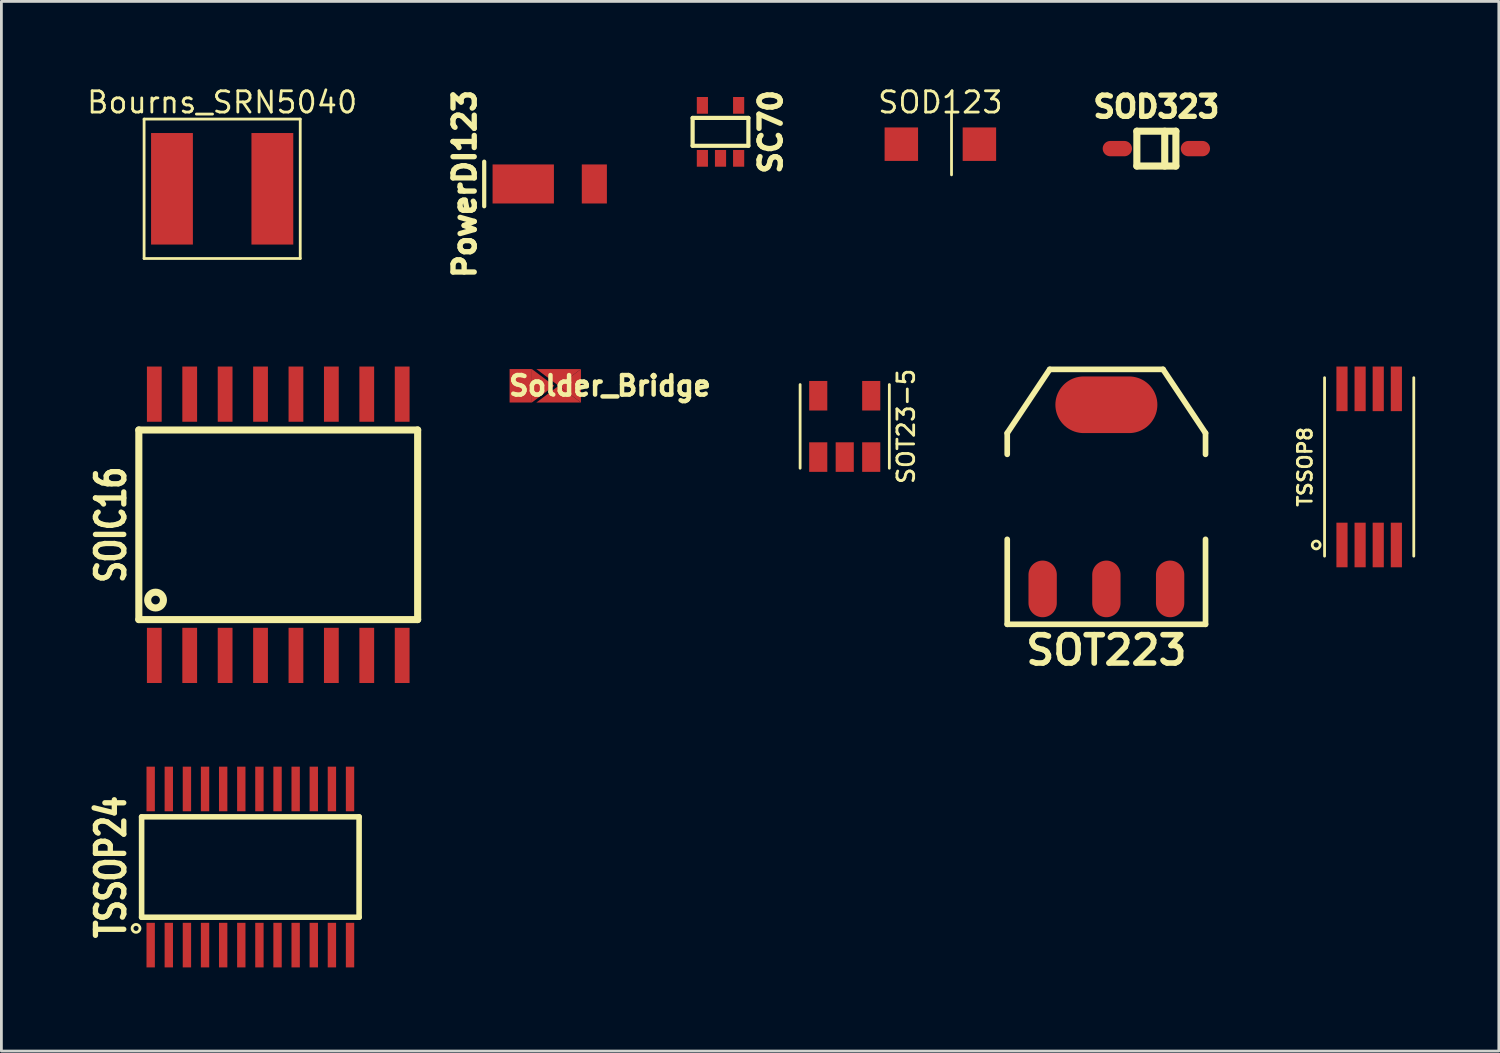
<source format=kicad_pcb>
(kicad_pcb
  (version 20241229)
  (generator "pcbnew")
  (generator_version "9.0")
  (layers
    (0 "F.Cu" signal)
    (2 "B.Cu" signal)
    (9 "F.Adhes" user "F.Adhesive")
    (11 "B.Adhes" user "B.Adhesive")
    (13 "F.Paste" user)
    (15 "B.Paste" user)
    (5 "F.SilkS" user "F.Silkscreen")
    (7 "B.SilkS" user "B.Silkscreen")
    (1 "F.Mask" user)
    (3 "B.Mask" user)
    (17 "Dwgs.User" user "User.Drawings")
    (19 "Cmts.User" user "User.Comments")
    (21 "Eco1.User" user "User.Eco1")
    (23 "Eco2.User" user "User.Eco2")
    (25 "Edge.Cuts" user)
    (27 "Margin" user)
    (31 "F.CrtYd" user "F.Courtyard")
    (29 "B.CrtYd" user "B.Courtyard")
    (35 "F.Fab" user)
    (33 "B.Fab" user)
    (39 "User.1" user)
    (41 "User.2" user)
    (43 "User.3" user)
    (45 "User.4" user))
  (footprint "TSSOP24"
    (layer "F.Cu")
    (at 5.929 28.046)
    (property "Reference" "TSSOP24" (at -5 0 90) (layer "F.SilkS") (effects (font (size 1.016 0.762) (thickness 0.191))))
    (attr smd)
    (fp_line (start -3.9 -1.8) (end 3.9 -1.8) (stroke (width 0.2) (type solid)) (layer "F.SilkS"))
    (fp_line (start -3.9 1.8) (end -3.9 -1.8) (stroke (width 0.2) (type solid)) (layer "F.SilkS"))
    (fp_line (start 3.9 -1.8) (end 3.9 1.8) (stroke (width 0.2) (type solid)) (layer "F.SilkS"))
    (fp_line (start 3.9 1.8) (end -3.9 1.8) (stroke (width 0.2) (type solid)) (layer "F.SilkS"))
    (fp_circle (center -4.1 2.2) (end -4.2 2.3) (stroke (width 0.1) (type solid)) (fill no) (layer "F.SilkS"))
    (pad "1" smd rect (at -3.575 2.8) (size 0.3 1.6) (layers "F.Cu" "F.Mask" "F.Paste"))
    (pad "2" smd rect (at -2.925 2.8) (size 0.3 1.6) (layers "F.Cu" "F.Mask" "F.Paste"))
    (pad "3" smd rect (at -2.275 2.8) (size 0.3 1.6) (layers "F.Cu" "F.Mask" "F.Paste"))
    (pad "4" smd rect (at -1.625 2.8) (size 0.3 1.6) (layers "F.Cu" "F.Mask" "F.Paste"))
    (pad "5" smd rect (at -0.975 2.8) (size 0.3 1.6) (layers "F.Cu" "F.Mask" "F.Paste"))
    (pad "6" smd rect (at -0.325 2.8) (size 0.3 1.6) (layers "F.Cu" "F.Mask" "F.Paste"))
    (pad "7" smd rect (at 0.325 2.8) (size 0.3 1.6) (layers "F.Cu" "F.Mask" "F.Paste"))
    (pad "8" smd rect (at 0.975 2.8) (size 0.3 1.6) (layers "F.Cu" "F.Mask" "F.Paste"))
    (pad "9" smd rect (at 1.625 2.8) (size 0.3 1.6) (layers "F.Cu" "F.Mask" "F.Paste"))
    (pad "10" smd rect (at 2.275 2.8) (size 0.3 1.6) (layers "F.Cu" "F.Mask" "F.Paste"))
    (pad "11" smd rect (at 2.925 2.8) (size 0.3 1.6) (layers "F.Cu" "F.Mask" "F.Paste"))
    (pad "12" smd rect (at 3.575 2.8) (size 0.3 1.6) (layers "F.Cu" "F.Mask" "F.Paste"))
    (pad "13" smd rect (at 3.575 -2.8) (size 0.3 1.6) (layers "F.Cu" "F.Mask" "F.Paste"))
    (pad "14" smd rect (at 2.925 -2.8) (size 0.3 1.6) (layers "F.Cu" "F.Mask" "F.Paste"))
    (pad "15" smd rect (at 2.275 -2.8) (size 0.3 1.6) (layers "F.Cu" "F.Mask" "F.Paste"))
    (pad "16" smd rect (at 1.625 -2.8) (size 0.3 1.6) (layers "F.Cu" "F.Mask" "F.Paste"))
    (pad "17" smd rect (at 0.975 -2.8) (size 0.3 1.6) (layers "F.Cu" "F.Mask" "F.Paste"))
    (pad "18" smd rect (at 0.325 -2.8) (size 0.3 1.6) (layers "F.Cu" "F.Mask" "F.Paste"))
    (pad "19" smd rect (at -0.325 -2.8) (size 0.3 1.6) (layers "F.Cu" "F.Mask" "F.Paste"))
    (pad "20" smd rect (at -0.975 -2.8) (size 0.3 1.6) (layers "F.Cu" "F.Mask" "F.Paste"))
    (pad "21" smd rect (at -1.625 -2.8) (size 0.3 1.6) (layers "F.Cu" "F.Mask" "F.Paste"))
    (pad "22" smd rect (at -2.275 -2.8) (size 0.3 1.6) (layers "F.Cu" "F.Mask" "F.Paste"))
    (pad "23" smd rect (at -2.925 -2.8) (size 0.3 1.6) (layers "F.Cu" "F.Mask" "F.Paste"))
    (pad "24" smd rect (at -3.575 -2.8) (size 0.3 1.6) (layers "F.Cu" "F.Mask" "F.Paste")))
  (footprint "Bourns_SRN5040"
    (layer "F.Cu")
    (at 4.918 3.721)
    (property "Reference" "Bourns_SRN5040" (at 0 -3.1 0) (layer "F.SilkS") (effects (font (size 0.762 0.762) (thickness 0.1))))
    (attr smd)
    (fp_line (start -2.8 -2.5) (end 2.8 -2.5) (stroke (width 0.1) (type solid)) (layer "F.SilkS"))
    (fp_line (start -2.8 2.5) (end -2.8 -2.5) (stroke (width 0.1) (type solid)) (layer "F.SilkS"))
    (fp_line (start 2.8 -2.5) (end 2.8 2.5) (stroke (width 0.1) (type solid)) (layer "F.SilkS"))
    (fp_line (start 2.8 2.5) (end -2.8 2.5) (stroke (width 0.1) (type solid)) (layer "F.SilkS"))
    (pad "1" smd rect (at -1.8 0) (size 1.5 4) (layers "F.Cu" "F.Mask" "F.Paste"))
    (pad "2" smd rect (at 1.8 0) (size 1.5 4) (layers "F.Cu" "F.Mask" "F.Paste")))
  (footprint "SOT223"
    (layer "F.Cu")
    (at 36.63 14.769)
    (property "Reference" "SOT223" (at 0 5.5 0) (layer "F.SilkS") (effects (font (size 1.016 1.016) (thickness 0.203))))
    (attr smd)
    (fp_line (start -3.556 -2.286) (end -2.032 -4.572) (stroke (width 0.203) (type solid)) (layer "F.SilkS"))
    (fp_line (start -3.556 -1.524) (end -3.556 -2.286) (stroke (width 0.203) (type solid)) (layer "F.SilkS"))
    (fp_line (start -3.556 1.524) (end -3.556 4.572) (stroke (width 0.203) (type solid)) (layer "F.SilkS"))
    (fp_line (start -3.556 4.572) (end 3.556 4.572) (stroke (width 0.203) (type solid)) (layer "F.SilkS"))
    (fp_line (start -2.032 -4.572) (end 2.032 -4.572) (stroke (width 0.203) (type solid)) (layer "F.SilkS"))
    (fp_line (start 2.032 -4.572) (end 3.556 -2.286) (stroke (width 0.203) (type solid)) (layer "F.SilkS"))
    (fp_line (start 3.556 -2.286) (end 3.556 -1.524) (stroke (width 0.203) (type solid)) (layer "F.SilkS"))
    (fp_line (start 3.556 4.572) (end 3.556 1.524) (stroke (width 0.203) (type solid)) (layer "F.SilkS"))
    (pad "D" smd oval (at 0 -3.302) (size 3.658 2.032) (layers "F.Cu" "F.Mask" "F.Paste"))
    (pad "D" smd oval (at 0 3.302) (size 1.016 2.032) (layers "F.Cu" "F.Mask" "F.Paste"))
    (pad "G" smd oval (at -2.286 3.302) (size 1.016 2.032) (layers "F.Cu" "F.Mask" "F.Paste"))
    (pad "S" smd oval (at 2.286 3.302) (size 1.016 2.032) (layers "F.Cu" "F.Mask" "F.Paste")))
  (footprint "Solder_Bridge"
    (layer "F.Cu")
    (at 16.826 10.786)
    (property "Reference" "Solder_Bridge" (at 2 0 0) (layer "F.SilkS") (effects (font (size 0.7 0.7) (thickness 0.16))))
    (attr smd)
    (pad "1" smd rect (at -1.2 0) (size 0.8 1.2) (layers "F.Cu" "F.Mask" "F.Paste"))
    (pad "1" smd trapezoid (at -0.4 0) (size 0.8 0.6) (rect_delta 0.6 0) (layers "F.Cu" "F.Mask" "F.Paste"))
    (pad "2" smd trapezoid (at 0.16 -0.3) (size 0.8 0.6) (rect_delta 0 -0.8) (layers "F.Cu" "F.Mask" "F.Paste"))
    (pad "2" smd trapezoid (at 0.16 0.3) (size 0.8 0.6) (rect_delta 0 0.8) (layers "F.Cu" "F.Mask" "F.Paste"))
    (pad "2" smd trapezoid (at 0.56 0) (size 0.8 0.6) (rect_delta -0.6 0) (layers "F.Cu" "F.Mask" "F.Paste")))
  (footprint "SOD123"
    (layer "F.Cu")
    (at 30.676 2.121)
    (property "Reference" "SOD123" (at 0 -1.5 0) (layer "F.SilkS") (effects (font (size 0.762 0.762) (thickness 0.1))))
    (attr smd)
    (fp_line (start 0.4 -1.1) (end 0.4 1.1) (stroke (width 0.1) (type solid)) (layer "F.SilkS"))
    (pad "1" smd rect (at -1.4 0) (size 1.2 1.2) (layers "F.Cu" "F.Mask" "F.Paste"))
    (pad "2" smd rect (at 1.4 0) (size 1.2 1.2) (layers "F.Cu" "F.Mask" "F.Paste")))
  (footprint "SOIC16"
    (layer "F.Cu")
    (at 6.929 15.771)
    (property "Reference" "SOIC16" (at -6 0 90) (layer "F.SilkS") (effects (font (size 1.016 0.762) (thickness 0.191))))
    (attr smd)
    (fp_line (start -5 -3.4) (end 5 -3.4) (stroke (width 0.254) (type solid)) (layer "F.SilkS"))
    (fp_line (start -5 3.4) (end -5 -3.4) (stroke (width 0.254) (type solid)) (layer "F.SilkS"))
    (fp_line (start 5 -3.4) (end 5 3.4) (stroke (width 0.254) (type solid)) (layer "F.SilkS"))
    (fp_line (start 5 3.4) (end -5 3.4) (stroke (width 0.254) (type solid)) (layer "F.SilkS"))
    (fp_circle (center -4.4 2.7) (end -4.6 2.9) (stroke (width 0.254) (type solid)) (fill no) (layer "F.SilkS"))
    (pad "1" smd rect (at -4.445 4.685) (size 0.53 1.98) (layers "F.Cu" "F.Mask" "F.Paste"))
    (pad "2" smd rect (at -3.175 4.685) (size 0.53 1.98) (layers "F.Cu" "F.Mask" "F.Paste"))
    (pad "3" smd rect (at -1.905 4.685) (size 0.53 1.98) (layers "F.Cu" "F.Mask" "F.Paste"))
    (pad "4" smd rect (at -0.635 4.685) (size 0.53 1.98) (layers "F.Cu" "F.Mask" "F.Paste"))
    (pad "5" smd rect (at 0.635 4.685) (size 0.53 1.98) (layers "F.Cu" "F.Mask" "F.Paste"))
    (pad "6" smd rect (at 1.905 4.685) (size 0.53 1.98) (layers "F.Cu" "F.Mask" "F.Paste"))
    (pad "7" smd rect (at 3.175 4.685) (size 0.53 1.98) (layers "F.Cu" "F.Mask" "F.Paste"))
    (pad "8" smd rect (at 4.445 4.685) (size 0.53 1.98) (layers "F.Cu" "F.Mask" "F.Paste"))
    (pad "9" smd rect (at 4.445 -4.685) (size 0.53 1.98) (layers "F.Cu" "F.Mask" "F.Paste"))
    (pad "10" smd rect (at 3.175 -4.685) (size 0.53 1.98) (layers "F.Cu" "F.Mask" "F.Paste"))
    (pad "11" smd rect (at 1.905 -4.685) (size 0.53 1.98) (layers "F.Cu" "F.Mask" "F.Paste"))
    (pad "12" smd rect (at 0.635 -4.685) (size 0.53 1.98) (layers "F.Cu" "F.Mask" "F.Paste"))
    (pad "13" smd rect (at -0.635 -4.685) (size 0.53 1.98) (layers "F.Cu" "F.Mask" "F.Paste"))
    (pad "14" smd rect (at -1.905 -4.685) (size 0.53 1.98) (layers "F.Cu" "F.Mask" "F.Paste"))
    (pad "15" smd rect (at -3.175 -4.685) (size 0.53 1.98) (layers "F.Cu" "F.Mask" "F.Paste"))
    (pad "16" smd rect (at -4.445 -4.685) (size 0.53 1.98) (layers "F.Cu" "F.Mask" "F.Paste")))
  (footprint "TSSOP8"
    (layer "F.Cu")
    (at 46.055 13.696)
    (property "Reference" "TSSOP8" (at -2.3 0 90) (layer "F.SilkS") (effects (font (size 0.5 0.5) (thickness 0.1))))
    (attr smd)
    (fp_line (start -1.6 -3.2) (end -1.6 3.2) (stroke (width 0.1) (type solid)) (layer "F.SilkS"))
    (fp_line (start 1.6 -3.2) (end 1.6 3.2) (stroke (width 0.1) (type solid)) (layer "F.SilkS"))
    (fp_circle (center -1.9 2.8) (end -1.8 2.9) (stroke (width 0.1) (type solid)) (fill no) (layer "F.SilkS"))
    (pad "1" smd rect (at -0.975 2.8) (size 0.4 1.6) (layers "F.Cu" "F.Mask" "F.Paste"))
    (pad "2" smd rect (at -0.325 2.8) (size 0.4 1.6) (layers "F.Cu" "F.Mask" "F.Paste"))
    (pad "3" smd rect (at 0.325 2.8) (size 0.4 1.6) (layers "F.Cu" "F.Mask" "F.Paste"))
    (pad "4" smd rect (at 0.975 2.8) (size 0.4 1.6) (layers "F.Cu" "F.Mask" "F.Paste"))
    (pad "5" smd rect (at 0.975 -2.8) (size 0.4 1.6) (layers "F.Cu" "F.Mask" "F.Paste"))
    (pad "6" smd rect (at 0.325 -2.8) (size 0.4 1.6) (layers "F.Cu" "F.Mask" "F.Paste"))
    (pad "7" smd rect (at -0.325 -2.8) (size 0.4 1.6) (layers "F.Cu" "F.Mask" "F.Paste"))
    (pad "8" smd rect (at -0.975 -2.8) (size 0.4 1.6) (layers "F.Cu" "F.Mask" "F.Paste")))
  (footprint "SC70"
    (layer "F.Cu")
    (at 22.791 1.679)
    (property "Reference" "SC70" (at 1.8 0 90) (layer "F.SilkS") (effects (font (size 0.762 0.762) (thickness 0.191))))
    (attr smd)
    (fp_line (start -1 -0.5) (end 1 -0.5) (stroke (width 0.15) (type solid)) (layer "F.SilkS"))
    (fp_line (start -1 0.5) (end -1 -0.5) (stroke (width 0.15) (type solid)) (layer "F.SilkS"))
    (fp_line (start 1 -0.5) (end 1 0.5) (stroke (width 0.15) (type solid)) (layer "F.SilkS"))
    (fp_line (start 1 0.5) (end -1 0.5) (stroke (width 0.15) (type solid)) (layer "F.SilkS"))
    (pad "1" smd rect (at -0.65 0.95) (size 0.4 0.6) (layers "F.Cu" "F.Mask" "F.Paste"))
    (pad "2" smd rect (at 0 0.95) (size 0.4 0.6) (layers "F.Cu" "F.Mask" "F.Paste"))
    (pad "3" smd rect (at 0.65 0.95) (size 0.4 0.6) (layers "F.Cu" "F.Mask" "F.Paste"))
    (pad "4" smd rect (at 0.65 -0.95) (size 0.4 0.6) (layers "F.Cu" "F.Mask" "F.Paste"))
    (pad "5" smd rect (at -0.65 -0.95) (size 0.4 0.6) (layers "F.Cu" "F.Mask" "F.Paste")))
  (footprint "SOT23-5"
    (layer "F.Cu")
    (at 27.246 12.243)
    (property "Reference" "SOT23-5" (at 2.2 0 90) (layer "F.SilkS") (effects (font (size 0.6 0.6) (thickness 0.1))))
    (attr smd)
    (fp_line (start -1.6 -1.5) (end -1.6 1.5) (stroke (width 0.1) (type solid)) (layer "F.SilkS"))
    (fp_line (start 1.6 -1.5) (end 1.6 1.5) (stroke (width 0.1) (type solid)) (layer "F.SilkS"))
    (pad "1" smd rect (at -0.95 1.1) (size 0.65 1.06) (layers "F.Cu" "F.Mask" "F.Paste"))
    (pad "2" smd rect (at 0 1.1) (size 0.65 1.06) (layers "F.Cu" "F.Mask" "F.Paste"))
    (pad "3" smd rect (at 0.95 1.1) (size 0.65 1.06) (layers "F.Cu" "F.Mask" "F.Paste"))
    (pad "4" smd rect (at 0.95 -1.1) (size 0.65 1.06) (layers "F.Cu" "F.Mask" "F.Paste"))
    (pad "5" smd rect (at -0.95 -1.1) (size 0.65 1.06) (layers "F.Cu" "F.Mask" "F.Paste")))
  (footprint "PowerDI123"
    (layer "F.Cu")
    (at 17.316 3.548)
    (property "Reference" "PowerDI123" (at -3.7 0 90) (layer "F.SilkS") (effects (font (size 0.762 0.762) (thickness 0.191))))
    (attr smd)
    (fp_line (start -3 -0.8) (end -3 0.8) (stroke (width 0.15) (type solid)) (layer "F.SilkS"))
    (pad "1" smd rect (at 0.95 0) (size 0.9 1.4) (layers "F.Cu" "F.Mask" "F.Paste"))
    (pad "2" smd rect (at -1.6 0) (size 2.2 1.4) (layers "F.Cu" "F.Mask" "F.Paste")))
  (footprint "SOD323"
    (layer "F.Cu")
    (at 38.423 2.28)
    (property "Reference" "SOD323" (at 0 -1.5 0) (layer "F.SilkS") (effects (font (size 0.762 0.762) (thickness 0.191))))
    (attr smd)
    (fp_line (start -0.7 -0.625) (end 0.7 -0.625) (stroke (width 0.254) (type solid)) (layer "F.SilkS"))
    (fp_line (start -0.7 0.625) (end -0.7 -0.625) (stroke (width 0.254) (type solid)) (layer "F.SilkS"))
    (fp_line (start 0.3 0.625) (end 0.3 -0.625) (stroke (width 0.254) (type solid)) (layer "F.SilkS"))
    (fp_line (start 0.7 -0.625) (end 0.7 0.625) (stroke (width 0.254) (type solid)) (layer "F.SilkS"))
    (fp_line (start 0.7 0.625) (end -0.7 0.625) (stroke (width 0.254) (type solid)) (layer "F.SilkS"))
    (pad "1" smd oval (at -1.4 0) (size 1.05 0.55) (layers "F.Cu" "F.Mask" "F.Paste"))
    (pad "2" smd oval (at 1.4 0) (size 1.05 0.55) (layers "F.Cu" "F.Mask" "F.Paste")))
  (gr_rect
    (start -3 -3)
    (end 50.705 34.646)
    (stroke (width 0.1) (type default))
    (fill no)
    (layer "Edge.Cuts")))
</source>
